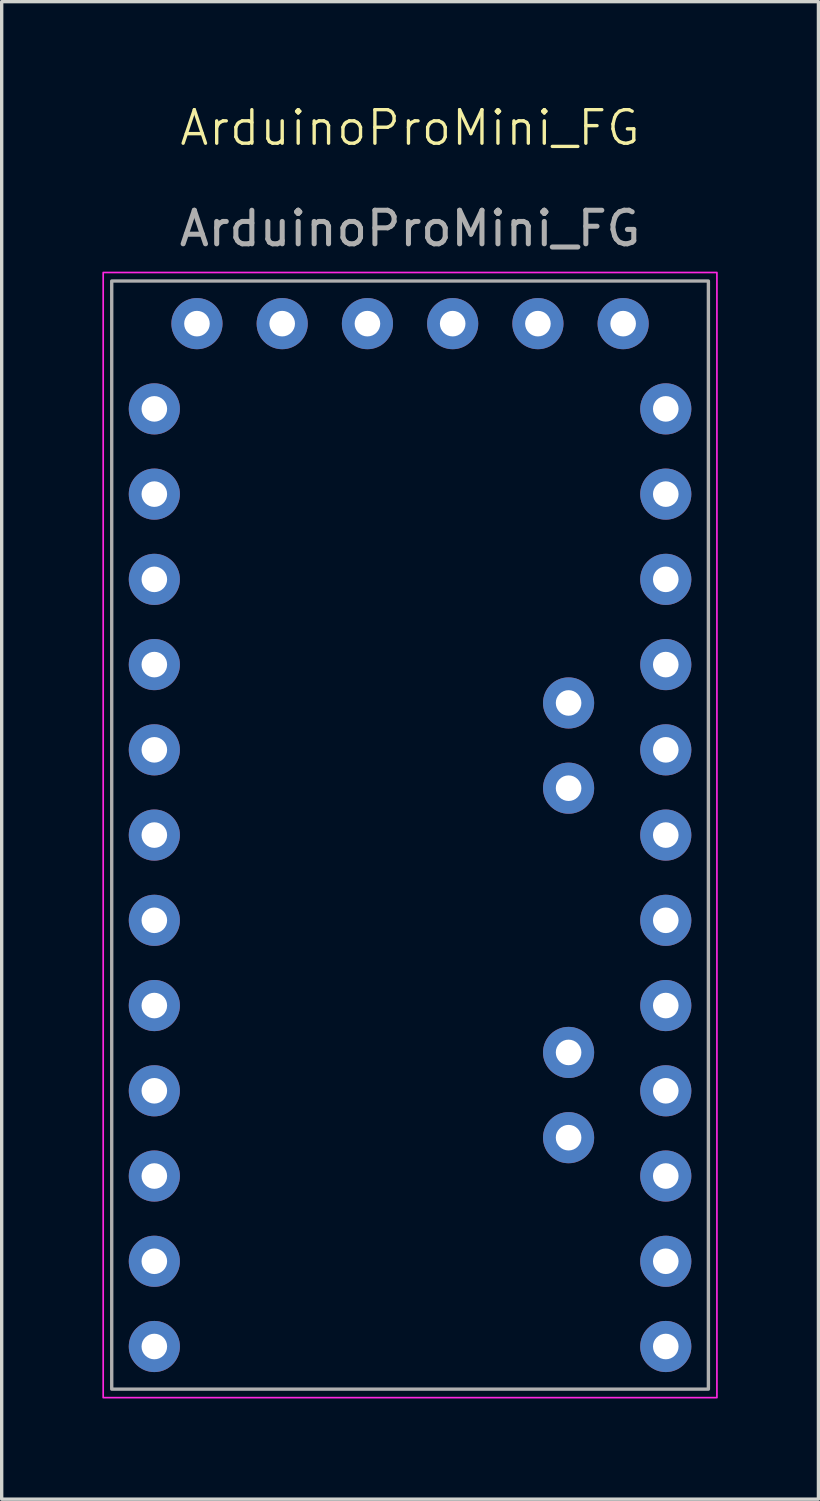
<source format=kicad_pcb>
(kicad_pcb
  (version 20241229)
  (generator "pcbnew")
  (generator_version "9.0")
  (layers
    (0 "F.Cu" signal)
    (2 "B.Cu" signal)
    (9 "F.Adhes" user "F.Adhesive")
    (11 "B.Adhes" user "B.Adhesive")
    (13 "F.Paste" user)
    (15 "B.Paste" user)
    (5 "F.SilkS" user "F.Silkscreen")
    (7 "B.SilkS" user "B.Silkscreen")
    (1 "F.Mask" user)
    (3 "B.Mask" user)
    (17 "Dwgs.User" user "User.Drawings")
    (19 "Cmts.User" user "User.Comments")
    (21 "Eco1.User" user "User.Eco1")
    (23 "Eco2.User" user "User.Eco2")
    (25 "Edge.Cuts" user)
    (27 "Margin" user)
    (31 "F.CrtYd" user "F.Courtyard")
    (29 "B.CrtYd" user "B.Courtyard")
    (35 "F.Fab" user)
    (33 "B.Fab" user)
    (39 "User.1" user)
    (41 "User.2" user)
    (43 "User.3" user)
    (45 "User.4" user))
  (footprint "ArduinoProMini_FG"
    (layer "F.Cu")
    (at 9.169 1.26)
    (property "Reference" "ArduinoProMini_FG" (at 0 -0.5 0) (unlocked yes) (layer "F.SilkS") (effects (font (size 1 1) (thickness 0.1))))
    (attr through_hole)
    (fp_rect (start -9.144 3.81) (end 9.144 37.338) (stroke (width 0.05) (type default)) (fill no) (layer "F.CrtYd"))
    (fp_rect (start -8.89 4.064) (end 8.89 37.084) (stroke (width 0.1) (type default)) (fill no) (layer "F.Fab"))
    (fp_text user "${REFERENCE}" (at 0 2.5 0) (unlocked yes) (layer "F.Fab") (effects (font (size 1 1) (thickness 0.15))))
    (pad "1" thru_hole circle (at -1.27 5.334) (size 1.524 1.524) (drill 0.762) (layers "*.Cu" "*.Mask"))
    (pad "2" thru_hole circle (at 7.62 15.494) (size 1.524 1.524) (drill 0.762) (layers "*.Cu" "*.Mask"))
    (pad "3" thru_hole circle (at 7.62 7.874) (size 1.524 1.524) (drill 0.762) (layers "*.Cu" "*.Mask"))
    (pad "4" thru_hole circle (at 7.62 12.954) (size 1.524 1.524) (drill 0.762) (layers "*.Cu" "*.Mask"))
    (pad "5" thru_hole circle (at -7.62 12.954) (size 1.524 1.524) (drill 0.762) (layers "*.Cu" "*.Mask"))
    (pad "6" thru_hole circle (at 7.62 28.194) (size 1.524 1.524) (drill 0.762) (layers "*.Cu" "*.Mask"))
    (pad "7" thru_hole circle (at 7.62 30.734) (size 1.524 1.524) (drill 0.762) (layers "*.Cu" "*.Mask"))
    (pad "8" thru_hole circle (at 7.62 33.274) (size 1.524 1.524) (drill 0.762) (layers "*.Cu" "*.Mask"))
    (pad "9" thru_hole circle (at -7.62 18.034) (size 1.524 1.524) (drill 0.762) (layers "*.Cu" "*.Mask"))
    (pad "10" thru_hole circle (at -7.62 20.574) (size 1.524 1.524) (drill 0.762) (layers "*.Cu" "*.Mask"))
    (pad "11" thru_hole circle (at -7.62 23.114) (size 1.524 1.524) (drill 0.762) (layers "*.Cu" "*.Mask"))
    (pad "12" thru_hole circle (at -7.62 25.654) (size 1.524 1.524) (drill 0.762) (layers "*.Cu" "*.Mask"))
    (pad "13" thru_hole circle (at -7.62 28.194) (size 1.524 1.524) (drill 0.762) (layers "*.Cu" "*.Mask"))
    (pad "14" thru_hole circle (at -7.62 30.734) (size 1.524 1.524) (drill 0.762) (layers "*.Cu" "*.Mask"))
    (pad "15" thru_hole circle (at -7.62 33.274) (size 1.524 1.524) (drill 0.762) (layers "*.Cu" "*.Mask"))
    (pad "16" thru_hole circle (at -7.62 35.814) (size 1.524 1.524) (drill 0.762) (layers "*.Cu" "*.Mask"))
    (pad "17" thru_hole circle (at 7.62 35.814) (size 1.524 1.524) (drill 0.762) (layers "*.Cu" "*.Mask"))
    (pad "18" thru_hole circle (at -7.62 15.494) (size 1.524 1.524) (drill 0.762) (layers "*.Cu" "*.Mask"))
    (pad "19" thru_hole circle (at 7.62 10.414) (size 1.524 1.524) (drill 0.762) (layers "*.Cu" "*.Mask"))
    (pad "20" thru_hole circle (at -6.35 5.334) (size 1.524 1.524) (drill 0.762) (layers "*.Cu" "*.Mask"))
    (pad "21" thru_hole circle (at -3.81 5.334) (size 1.524 1.524) (drill 0.762) (layers "*.Cu" "*.Mask"))
    (pad "22" thru_hole circle (at -7.62 10.414) (size 1.524 1.524) (drill 0.762) (layers "*.Cu" "*.Mask"))
    (pad "23" thru_hole circle (at -7.62 7.874) (size 1.524 1.524) (drill 0.762) (layers "*.Cu" "*.Mask"))
    (pad "24" thru_hole circle (at 1.27 5.334) (size 1.524 1.524) (drill 0.762) (layers "*.Cu" "*.Mask"))
    (pad "25" thru_hole circle (at 3.81 5.334) (size 1.524 1.524) (drill 0.762) (layers "*.Cu" "*.Mask"))
    (pad "26" thru_hole circle (at 4.724 27.051) (size 1.524 1.524) (drill 0.762) (layers "*.Cu" "*.Mask"))
    (pad "27" thru_hole circle (at 4.724 29.591) (size 1.524 1.524) (drill 0.762) (layers "*.Cu" "*.Mask"))
    (pad "28" thru_hole circle (at 4.724 16.637) (size 1.524 1.524) (drill 0.762) (layers "*.Cu" "*.Mask"))
    (pad "29" thru_hole circle (at 4.724 19.177) (size 1.524 1.524) (drill 0.762) (layers "*.Cu" "*.Mask"))
    (pad "30" thru_hole circle (at 7.62 18.034) (size 1.524 1.524) (drill 0.762) (layers "*.Cu" "*.Mask"))
    (pad "31" thru_hole circle (at 7.62 20.574) (size 1.524 1.524) (drill 0.762) (layers "*.Cu" "*.Mask"))
    (pad "32" thru_hole circle (at 7.62 23.114) (size 1.524 1.524) (drill 0.762) (layers "*.Cu" "*.Mask"))
    (pad "33" thru_hole circle (at 7.62 25.654) (size 1.524 1.524) (drill 0.762) (layers "*.Cu" "*.Mask"))
    (pad "34" thru_hole circle (at 6.35 5.334) (size 1.524 1.524) (drill 0.762) (layers "*.Cu" "*.Mask")))
  (gr_rect
    (start -3 -3)
    (end 21.338 41.623)
    (stroke (width 0.1) (type default))
    (fill no)
    (layer "Edge.Cuts")))
</source>
